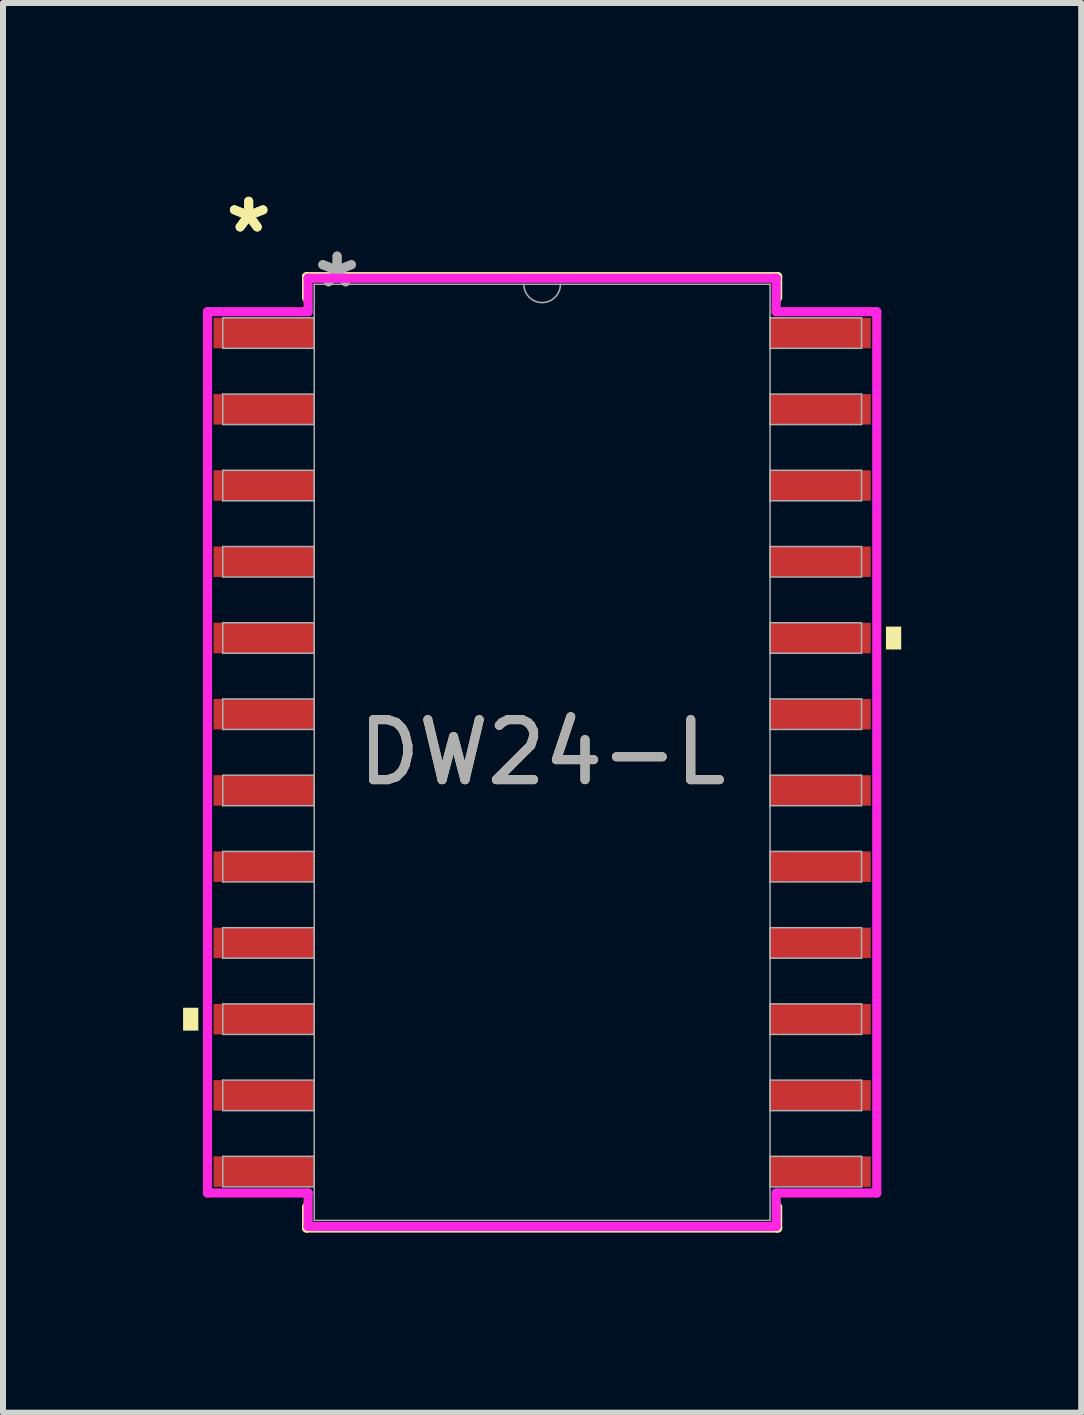
<source format=kicad_pcb>
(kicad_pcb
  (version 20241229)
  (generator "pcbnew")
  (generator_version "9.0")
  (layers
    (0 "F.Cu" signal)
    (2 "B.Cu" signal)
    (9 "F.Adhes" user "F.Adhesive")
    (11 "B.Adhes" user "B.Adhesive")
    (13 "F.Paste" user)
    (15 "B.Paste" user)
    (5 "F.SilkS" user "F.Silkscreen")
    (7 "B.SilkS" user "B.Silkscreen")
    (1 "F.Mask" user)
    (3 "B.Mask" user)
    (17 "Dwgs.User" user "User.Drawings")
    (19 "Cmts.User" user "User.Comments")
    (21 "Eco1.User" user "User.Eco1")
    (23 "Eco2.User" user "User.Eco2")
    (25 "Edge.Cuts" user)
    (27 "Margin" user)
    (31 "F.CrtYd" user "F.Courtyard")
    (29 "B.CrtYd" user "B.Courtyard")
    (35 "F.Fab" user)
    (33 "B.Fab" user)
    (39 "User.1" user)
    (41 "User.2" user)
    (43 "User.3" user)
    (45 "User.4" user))
  (footprint "DW24-L"
    (layer "F.Cu")
    (at 5.982 9.484)
    (property "Reference" "DW24-L" (at 0 0 0) (unlocked yes) (layer "F.SilkS") (effects (font (size 1 1) (thickness 0.15))))
    (attr smd)
    (fp_line (start -3.924 -7.925) (end -3.924 -7.572) (stroke (width 0.152) (type solid)) (layer "F.SilkS"))
    (fp_line (start -3.924 7.572) (end -3.924 7.925) (stroke (width 0.152) (type solid)) (layer "F.SilkS"))
    (fp_line (start -3.924 7.925) (end 3.924 7.925) (stroke (width 0.152) (type solid)) (layer "F.SilkS"))
    (fp_line (start 3.924 -7.925) (end -3.924 -7.925) (stroke (width 0.152) (type solid)) (layer "F.SilkS"))
    (fp_line (start 3.924 -7.572) (end 3.924 -7.925) (stroke (width 0.152) (type solid)) (layer "F.SilkS"))
    (fp_line (start 3.924 7.925) (end 3.924 7.572) (stroke (width 0.152) (type solid)) (layer "F.SilkS"))
    (fp_poly (pts (xy -5.982 4.255) (xy -5.982 4.636) (xy -5.728 4.636) (xy -5.728 4.255)) (stroke (width 0) (type solid)) (fill yes) (layer "F.SilkS"))
    (fp_poly (pts (xy 5.982 -2.095) (xy 5.982 -1.714) (xy 5.728 -1.714) (xy 5.728 -2.095)) (stroke (width 0) (type solid)) (fill yes) (layer "F.SilkS"))
    (fp_line (start -5.575 -7.341) (end -3.899 -7.341) (stroke (width 0.152) (type solid)) (layer "F.CrtYd"))
    (fp_line (start -5.575 7.341) (end -5.575 -7.341) (stroke (width 0.152) (type solid)) (layer "F.CrtYd"))
    (fp_line (start -5.575 7.341) (end -3.899 7.341) (stroke (width 0.152) (type solid)) (layer "F.CrtYd"))
    (fp_line (start -3.899 -7.899) (end 3.899 -7.899) (stroke (width 0.152) (type solid)) (layer "F.CrtYd"))
    (fp_line (start -3.899 -7.341) (end -3.899 -7.899) (stroke (width 0.152) (type solid)) (layer "F.CrtYd"))
    (fp_line (start -3.899 7.899) (end -3.899 7.341) (stroke (width 0.152) (type solid)) (layer "F.CrtYd"))
    (fp_line (start 3.899 -7.899) (end 3.899 -7.341) (stroke (width 0.152) (type solid)) (layer "F.CrtYd"))
    (fp_line (start 3.899 7.341) (end 3.899 7.899) (stroke (width 0.152) (type solid)) (layer "F.CrtYd"))
    (fp_line (start 3.899 7.899) (end -3.899 7.899) (stroke (width 0.152) (type solid)) (layer "F.CrtYd"))
    (fp_line (start 5.575 -7.341) (end 3.899 -7.341) (stroke (width 0.152) (type solid)) (layer "F.CrtYd"))
    (fp_line (start 5.575 -7.341) (end 5.575 7.341) (stroke (width 0.152) (type solid)) (layer "F.CrtYd"))
    (fp_line (start 5.575 7.341) (end 3.899 7.341) (stroke (width 0.152) (type solid)) (layer "F.CrtYd"))
    (fp_line (start -5.321 -7.239) (end -5.321 -6.731) (stroke (width 0.025) (type solid)) (layer "F.Fab"))
    (fp_line (start -5.321 -6.731) (end -3.797 -6.731) (stroke (width 0.025) (type solid)) (layer "F.Fab"))
    (fp_line (start -5.321 -5.969) (end -5.321 -5.461) (stroke (width 0.025) (type solid)) (layer "F.Fab"))
    (fp_line (start -5.321 -5.461) (end -3.797 -5.461) (stroke (width 0.025) (type solid)) (layer "F.Fab"))
    (fp_line (start -5.321 -4.699) (end -5.321 -4.191) (stroke (width 0.025) (type solid)) (layer "F.Fab"))
    (fp_line (start -5.321 -4.191) (end -3.797 -4.191) (stroke (width 0.025) (type solid)) (layer "F.Fab"))
    (fp_line (start -5.321 -3.429) (end -5.321 -2.921) (stroke (width 0.025) (type solid)) (layer "F.Fab"))
    (fp_line (start -5.321 -2.921) (end -3.797 -2.921) (stroke (width 0.025) (type solid)) (layer "F.Fab"))
    (fp_line (start -5.321 -2.159) (end -5.321 -1.651) (stroke (width 0.025) (type solid)) (layer "F.Fab"))
    (fp_line (start -5.321 -1.651) (end -3.797 -1.651) (stroke (width 0.025) (type solid)) (layer "F.Fab"))
    (fp_line (start -5.321 -0.889) (end -5.321 -0.381) (stroke (width 0.025) (type solid)) (layer "F.Fab"))
    (fp_line (start -5.321 -0.381) (end -3.797 -0.381) (stroke (width 0.025) (type solid)) (layer "F.Fab"))
    (fp_line (start -5.321 0.381) (end -5.321 0.889) (stroke (width 0.025) (type solid)) (layer "F.Fab"))
    (fp_line (start -5.321 0.889) (end -3.797 0.889) (stroke (width 0.025) (type solid)) (layer "F.Fab"))
    (fp_line (start -5.321 1.651) (end -5.321 2.159) (stroke (width 0.025) (type solid)) (layer "F.Fab"))
    (fp_line (start -5.321 2.159) (end -3.797 2.159) (stroke (width 0.025) (type solid)) (layer "F.Fab"))
    (fp_line (start -5.321 2.921) (end -5.321 3.429) (stroke (width 0.025) (type solid)) (layer "F.Fab"))
    (fp_line (start -5.321 3.429) (end -3.797 3.429) (stroke (width 0.025) (type solid)) (layer "F.Fab"))
    (fp_line (start -5.321 4.191) (end -5.321 4.699) (stroke (width 0.025) (type solid)) (layer "F.Fab"))
    (fp_line (start -5.321 4.699) (end -3.797 4.699) (stroke (width 0.025) (type solid)) (layer "F.Fab"))
    (fp_line (start -5.321 5.461) (end -5.321 5.969) (stroke (width 0.025) (type solid)) (layer "F.Fab"))
    (fp_line (start -5.321 5.969) (end -3.797 5.969) (stroke (width 0.025) (type solid)) (layer "F.Fab"))
    (fp_line (start -5.321 6.731) (end -5.321 7.239) (stroke (width 0.025) (type solid)) (layer "F.Fab"))
    (fp_line (start -5.321 7.239) (end -3.797 7.239) (stroke (width 0.025) (type solid)) (layer "F.Fab"))
    (fp_line (start -3.797 -7.798) (end -3.797 7.798) (stroke (width 0.025) (type solid)) (layer "F.Fab"))
    (fp_line (start -3.797 -7.239) (end -5.321 -7.239) (stroke (width 0.025) (type solid)) (layer "F.Fab"))
    (fp_line (start -3.797 -6.731) (end -3.797 -7.239) (stroke (width 0.025) (type solid)) (layer "F.Fab"))
    (fp_line (start -3.797 -5.969) (end -5.321 -5.969) (stroke (width 0.025) (type solid)) (layer "F.Fab"))
    (fp_line (start -3.797 -5.461) (end -3.797 -5.969) (stroke (width 0.025) (type solid)) (layer "F.Fab"))
    (fp_line (start -3.797 -4.699) (end -5.321 -4.699) (stroke (width 0.025) (type solid)) (layer "F.Fab"))
    (fp_line (start -3.797 -4.191) (end -3.797 -4.699) (stroke (width 0.025) (type solid)) (layer "F.Fab"))
    (fp_line (start -3.797 -3.429) (end -5.321 -3.429) (stroke (width 0.025) (type solid)) (layer "F.Fab"))
    (fp_line (start -3.797 -2.921) (end -3.797 -3.429) (stroke (width 0.025) (type solid)) (layer "F.Fab"))
    (fp_line (start -3.797 -2.159) (end -5.321 -2.159) (stroke (width 0.025) (type solid)) (layer "F.Fab"))
    (fp_line (start -3.797 -1.651) (end -3.797 -2.159) (stroke (width 0.025) (type solid)) (layer "F.Fab"))
    (fp_line (start -3.797 -0.889) (end -5.321 -0.889) (stroke (width 0.025) (type solid)) (layer "F.Fab"))
    (fp_line (start -3.797 -0.381) (end -3.797 -0.889) (stroke (width 0.025) (type solid)) (layer "F.Fab"))
    (fp_line (start -3.797 0.381) (end -5.321 0.381) (stroke (width 0.025) (type solid)) (layer "F.Fab"))
    (fp_line (start -3.797 0.889) (end -3.797 0.381) (stroke (width 0.025) (type solid)) (layer "F.Fab"))
    (fp_line (start -3.797 1.651) (end -5.321 1.651) (stroke (width 0.025) (type solid)) (layer "F.Fab"))
    (fp_line (start -3.797 2.159) (end -3.797 1.651) (stroke (width 0.025) (type solid)) (layer "F.Fab"))
    (fp_line (start -3.797 2.921) (end -5.321 2.921) (stroke (width 0.025) (type solid)) (layer "F.Fab"))
    (fp_line (start -3.797 3.429) (end -3.797 2.921) (stroke (width 0.025) (type solid)) (layer "F.Fab"))
    (fp_line (start -3.797 4.191) (end -5.321 4.191) (stroke (width 0.025) (type solid)) (layer "F.Fab"))
    (fp_line (start -3.797 4.699) (end -3.797 4.191) (stroke (width 0.025) (type solid)) (layer "F.Fab"))
    (fp_line (start -3.797 5.461) (end -5.321 5.461) (stroke (width 0.025) (type solid)) (layer "F.Fab"))
    (fp_line (start -3.797 5.969) (end -3.797 5.461) (stroke (width 0.025) (type solid)) (layer "F.Fab"))
    (fp_line (start -3.797 6.731) (end -5.321 6.731) (stroke (width 0.025) (type solid)) (layer "F.Fab"))
    (fp_line (start -3.797 7.239) (end -3.797 6.731) (stroke (width 0.025) (type solid)) (layer "F.Fab"))
    (fp_line (start -3.797 7.798) (end 3.797 7.798) (stroke (width 0.025) (type solid)) (layer "F.Fab"))
    (fp_line (start 3.797 -7.798) (end -3.797 -7.798) (stroke (width 0.025) (type solid)) (layer "F.Fab"))
    (fp_line (start 3.797 -7.239) (end 3.797 -6.731) (stroke (width 0.025) (type solid)) (layer "F.Fab"))
    (fp_line (start 3.797 -6.731) (end 5.321 -6.731) (stroke (width 0.025) (type solid)) (layer "F.Fab"))
    (fp_line (start 3.797 -5.969) (end 3.797 -5.461) (stroke (width 0.025) (type solid)) (layer "F.Fab"))
    (fp_line (start 3.797 -5.461) (end 5.321 -5.461) (stroke (width 0.025) (type solid)) (layer "F.Fab"))
    (fp_line (start 3.797 -4.699) (end 3.797 -4.191) (stroke (width 0.025) (type solid)) (layer "F.Fab"))
    (fp_line (start 3.797 -4.191) (end 5.321 -4.191) (stroke (width 0.025) (type solid)) (layer "F.Fab"))
    (fp_line (start 3.797 -3.429) (end 3.797 -2.921) (stroke (width 0.025) (type solid)) (layer "F.Fab"))
    (fp_line (start 3.797 -2.921) (end 5.321 -2.921) (stroke (width 0.025) (type solid)) (layer "F.Fab"))
    (fp_line (start 3.797 -2.159) (end 3.797 -1.651) (stroke (width 0.025) (type solid)) (layer "F.Fab"))
    (fp_line (start 3.797 -1.651) (end 5.321 -1.651) (stroke (width 0.025) (type solid)) (layer "F.Fab"))
    (fp_line (start 3.797 -0.889) (end 3.797 -0.381) (stroke (width 0.025) (type solid)) (layer "F.Fab"))
    (fp_line (start 3.797 -0.381) (end 5.321 -0.381) (stroke (width 0.025) (type solid)) (layer "F.Fab"))
    (fp_line (start 3.797 0.381) (end 3.797 0.889) (stroke (width 0.025) (type solid)) (layer "F.Fab"))
    (fp_line (start 3.797 0.889) (end 5.321 0.889) (stroke (width 0.025) (type solid)) (layer "F.Fab"))
    (fp_line (start 3.797 1.651) (end 3.797 2.159) (stroke (width 0.025) (type solid)) (layer "F.Fab"))
    (fp_line (start 3.797 2.159) (end 5.321 2.159) (stroke (width 0.025) (type solid)) (layer "F.Fab"))
    (fp_line (start 3.797 2.921) (end 3.797 3.429) (stroke (width 0.025) (type solid)) (layer "F.Fab"))
    (fp_line (start 3.797 3.429) (end 5.321 3.429) (stroke (width 0.025) (type solid)) (layer "F.Fab"))
    (fp_line (start 3.797 4.191) (end 3.797 4.699) (stroke (width 0.025) (type solid)) (layer "F.Fab"))
    (fp_line (start 3.797 4.699) (end 5.321 4.699) (stroke (width 0.025) (type solid)) (layer "F.Fab"))
    (fp_line (start 3.797 5.461) (end 3.797 5.969) (stroke (width 0.025) (type solid)) (layer "F.Fab"))
    (fp_line (start 3.797 5.969) (end 5.321 5.969) (stroke (width 0.025) (type solid)) (layer "F.Fab"))
    (fp_line (start 3.797 6.731) (end 3.797 7.239) (stroke (width 0.025) (type solid)) (layer "F.Fab"))
    (fp_line (start 3.797 7.239) (end 5.321 7.239) (stroke (width 0.025) (type solid)) (layer "F.Fab"))
    (fp_line (start 3.797 7.798) (end 3.797 -7.798) (stroke (width 0.025) (type solid)) (layer "F.Fab"))
    (fp_line (start 5.321 -7.239) (end 3.797 -7.239) (stroke (width 0.025) (type solid)) (layer "F.Fab"))
    (fp_line (start 5.321 -6.731) (end 5.321 -7.239) (stroke (width 0.025) (type solid)) (layer "F.Fab"))
    (fp_line (start 5.321 -5.969) (end 3.797 -5.969) (stroke (width 0.025) (type solid)) (layer "F.Fab"))
    (fp_line (start 5.321 -5.461) (end 5.321 -5.969) (stroke (width 0.025) (type solid)) (layer "F.Fab"))
    (fp_line (start 5.321 -4.699) (end 3.797 -4.699) (stroke (width 0.025) (type solid)) (layer "F.Fab"))
    (fp_line (start 5.321 -4.191) (end 5.321 -4.699) (stroke (width 0.025) (type solid)) (layer "F.Fab"))
    (fp_line (start 5.321 -3.429) (end 3.797 -3.429) (stroke (width 0.025) (type solid)) (layer "F.Fab"))
    (fp_line (start 5.321 -2.921) (end 5.321 -3.429) (stroke (width 0.025) (type solid)) (layer "F.Fab"))
    (fp_line (start 5.321 -2.159) (end 3.797 -2.159) (stroke (width 0.025) (type solid)) (layer "F.Fab"))
    (fp_line (start 5.321 -1.651) (end 5.321 -2.159) (stroke (width 0.025) (type solid)) (layer "F.Fab"))
    (fp_line (start 5.321 -0.889) (end 3.797 -0.889) (stroke (width 0.025) (type solid)) (layer "F.Fab"))
    (fp_line (start 5.321 -0.381) (end 5.321 -0.889) (stroke (width 0.025) (type solid)) (layer "F.Fab"))
    (fp_line (start 5.321 0.381) (end 3.797 0.381) (stroke (width 0.025) (type solid)) (layer "F.Fab"))
    (fp_line (start 5.321 0.889) (end 5.321 0.381) (stroke (width 0.025) (type solid)) (layer "F.Fab"))
    (fp_line (start 5.321 1.651) (end 3.797 1.651) (stroke (width 0.025) (type solid)) (layer "F.Fab"))
    (fp_line (start 5.321 2.159) (end 5.321 1.651) (stroke (width 0.025) (type solid)) (layer "F.Fab"))
    (fp_line (start 5.321 2.921) (end 3.797 2.921) (stroke (width 0.025) (type solid)) (layer "F.Fab"))
    (fp_line (start 5.321 3.429) (end 5.321 2.921) (stroke (width 0.025) (type solid)) (layer "F.Fab"))
    (fp_line (start 5.321 4.191) (end 3.797 4.191) (stroke (width 0.025) (type solid)) (layer "F.Fab"))
    (fp_line (start 5.321 4.699) (end 5.321 4.191) (stroke (width 0.025) (type solid)) (layer "F.Fab"))
    (fp_line (start 5.321 5.461) (end 3.797 5.461) (stroke (width 0.025) (type solid)) (layer "F.Fab"))
    (fp_line (start 5.321 5.969) (end 5.321 5.461) (stroke (width 0.025) (type solid)) (layer "F.Fab"))
    (fp_line (start 5.321 6.731) (end 3.797 6.731) (stroke (width 0.025) (type solid)) (layer "F.Fab"))
    (fp_line (start 5.321 7.239) (end 5.321 6.731) (stroke (width 0.025) (type solid)) (layer "F.Fab"))
    (fp_arc (start 0.3048 -7.7978) (mid 0 -7.493) (end -0.3048 -7.7978) (stroke (width 0.0254) (type solid)) (layer "F.Fab"))
    (fp_text user "*" (at -4.889 -8.636 0) (unlocked yes) (layer "F.SilkS") (effects (font (size 1 1) (thickness 0.15))))
    (fp_text user "*" (at -4.889 -8.636 0) (layer "F.SilkS") (effects (font (size 1 1) (thickness 0.15))))
    (fp_text user "${REFERENCE}" (at 0 0 0) (unlocked yes) (layer "F.Fab") (effects (font (size 1 1) (thickness 0.15))))
    (fp_text user "*" (at -3.416 -7.722 0) (layer "F.Fab") (effects (font (size 1 1) (thickness 0.15))))
    (fp_text user "*" (at -3.416 -7.722 0) (unlocked yes) (layer "F.Fab") (effects (font (size 1 1) (thickness 0.15))))
    (pad "1" smd rect (at -4.636 -6.985) (size 1.676 0.508) (layers "F.Cu" "F.Mask" "F.Paste"))
    (pad "2" smd rect (at -4.636 -5.715) (size 1.676 0.508) (layers "F.Cu" "F.Mask" "F.Paste"))
    (pad "3" smd rect (at -4.636 -4.445) (size 1.676 0.508) (layers "F.Cu" "F.Mask" "F.Paste"))
    (pad "4" smd rect (at -4.636 -3.175) (size 1.676 0.508) (layers "F.Cu" "F.Mask" "F.Paste"))
    (pad "5" smd rect (at -4.636 -1.905) (size 1.676 0.508) (layers "F.Cu" "F.Mask" "F.Paste"))
    (pad "6" smd rect (at -4.636 -0.635) (size 1.676 0.508) (layers "F.Cu" "F.Mask" "F.Paste"))
    (pad "7" smd rect (at -4.636 0.635) (size 1.676 0.508) (layers "F.Cu" "F.Mask" "F.Paste"))
    (pad "8" smd rect (at -4.636 1.905) (size 1.676 0.508) (layers "F.Cu" "F.Mask" "F.Paste"))
    (pad "9" smd rect (at -4.636 3.175) (size 1.676 0.508) (layers "F.Cu" "F.Mask" "F.Paste"))
    (pad "10" smd rect (at -4.636 4.445) (size 1.676 0.508) (layers "F.Cu" "F.Mask" "F.Paste"))
    (pad "11" smd rect (at -4.636 5.715) (size 1.676 0.508) (layers "F.Cu" "F.Mask" "F.Paste"))
    (pad "12" smd rect (at -4.636 6.985) (size 1.676 0.508) (layers "F.Cu" "F.Mask" "F.Paste"))
    (pad "13" smd rect (at 4.636 6.985) (size 1.676 0.508) (layers "F.Cu" "F.Mask" "F.Paste"))
    (pad "14" smd rect (at 4.636 5.715) (size 1.676 0.508) (layers "F.Cu" "F.Mask" "F.Paste"))
    (pad "15" smd rect (at 4.636 4.445) (size 1.676 0.508) (layers "F.Cu" "F.Mask" "F.Paste"))
    (pad "16" smd rect (at 4.636 3.175) (size 1.676 0.508) (layers "F.Cu" "F.Mask" "F.Paste"))
    (pad "17" smd rect (at 4.636 1.905) (size 1.676 0.508) (layers "F.Cu" "F.Mask" "F.Paste"))
    (pad "18" smd rect (at 4.636 0.635) (size 1.676 0.508) (layers "F.Cu" "F.Mask" "F.Paste"))
    (pad "19" smd rect (at 4.636 -0.635) (size 1.676 0.508) (layers "F.Cu" "F.Mask" "F.Paste"))
    (pad "20" smd rect (at 4.636 -1.905) (size 1.676 0.508) (layers "F.Cu" "F.Mask" "F.Paste"))
    (pad "21" smd rect (at 4.636 -3.175) (size 1.676 0.508) (layers "F.Cu" "F.Mask" "F.Paste"))
    (pad "22" smd rect (at 4.636 -4.445) (size 1.676 0.508) (layers "F.Cu" "F.Mask" "F.Paste"))
    (pad "23" smd rect (at 4.636 -5.715) (size 1.676 0.508) (layers "F.Cu" "F.Mask" "F.Paste"))
    (pad "24" smd rect (at 4.636 -6.985) (size 1.676 0.508) (layers "F.Cu" "F.Mask" "F.Paste")))
  (gr_rect
    (start -3 -3)
    (end 14.963 20.485)
    (stroke (width 0.1) (type default))
    (fill no)
    (layer "Edge.Cuts")))
</source>
